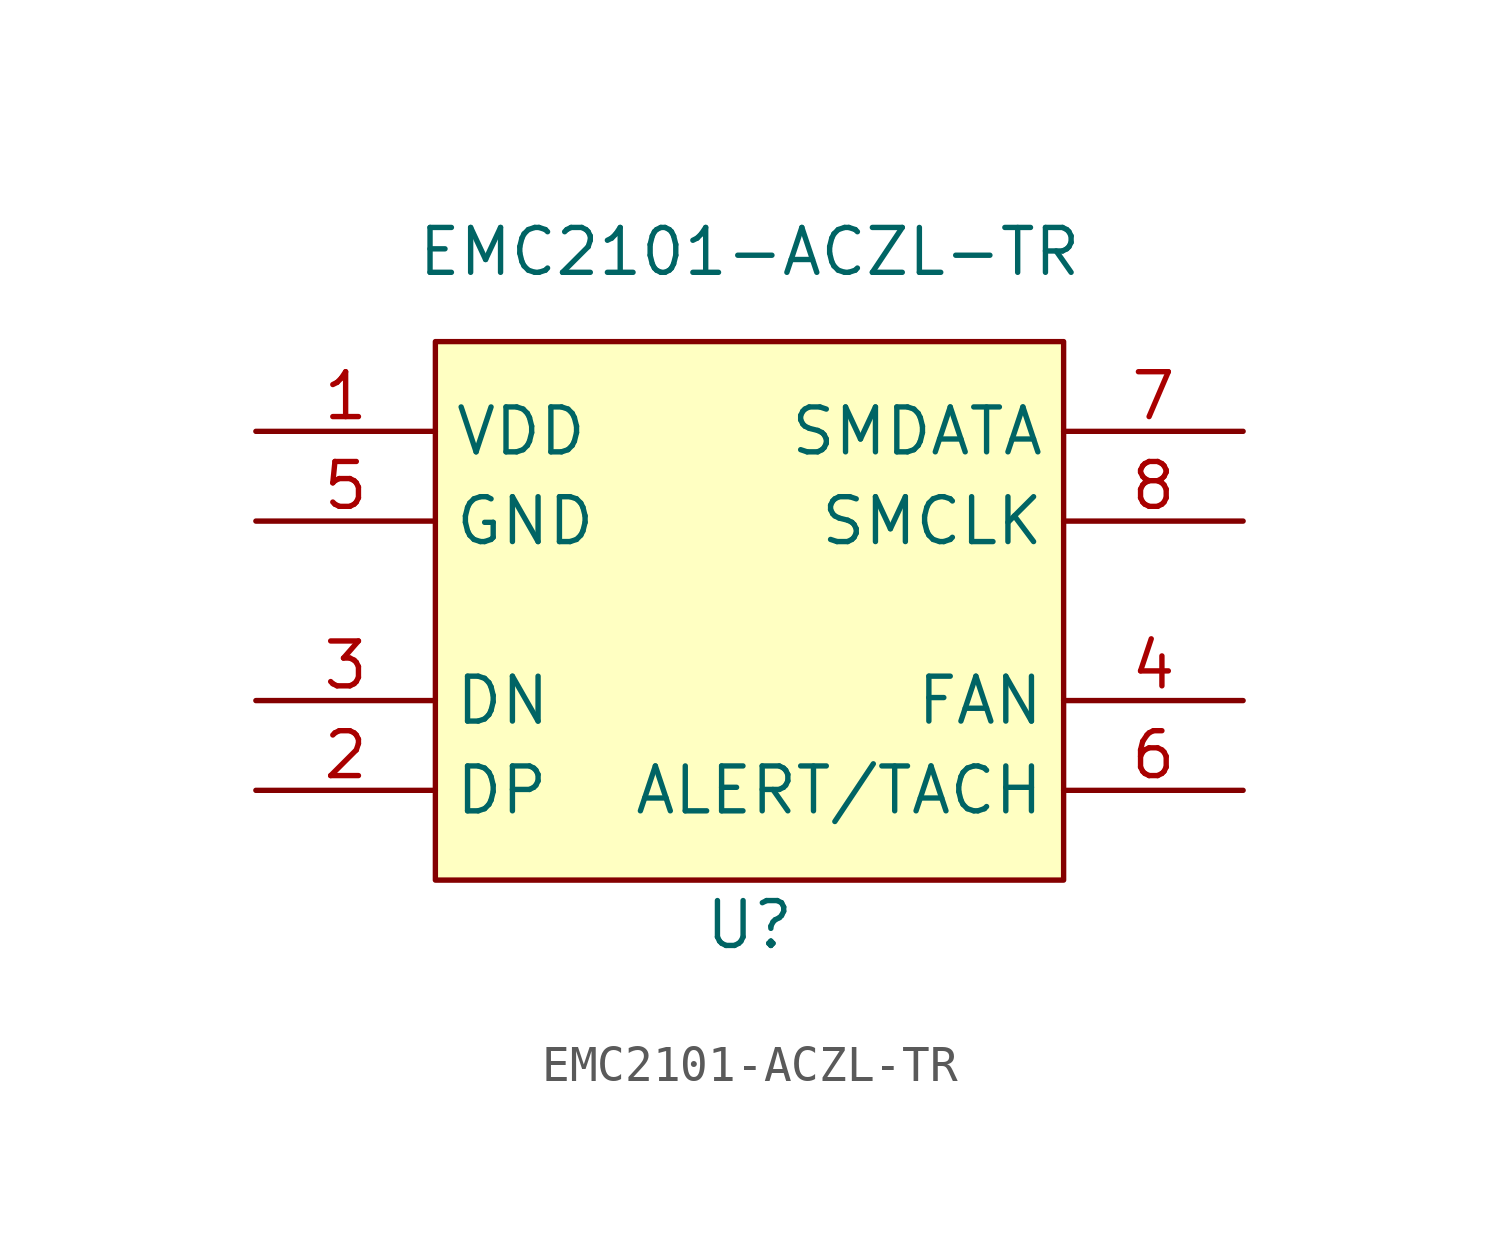
<source format=kicad_sym>
(kicad_symbol_lib
  (version 20201005)
  (generator kicad_symbol_editor)
  (symbol "fan_controllers:EMC2101-ACZL-TR"
    (property "Reference" "U"
      (at 0 -5.08 0)
      (effects (font (size 1.27 1.27))))
    (property "Value" "EMC2101-ACZL-TR"
      (at 0 13.97 0)
      (effects (font (size 1.27 1.27))))
    (symbol "EMC2101-ACZL-TR_0_1"
      (rectangle (start -8.89 11.43) (end 8.89 -3.81) (stroke (width 0.152)) (fill (type background))))
    (symbol "EMC2101-ACZL-TR_1_1"
      (pin input line (at -13.97 8.89 0) (length 5.08) (name "VDD" (effects (font (size 1.27 1.27)))) (number "1" (effects (font (size 1.27 1.27)))))
      (pin input line (at -13.97 -1.27 0) (length 5.08) (name "DP" (effects (font (size 1.27 1.27)))) (number "2" (effects (font (size 1.27 1.27)))))
      (pin input line (at -13.97 1.27 0) (length 5.08) (name "DN" (effects (font (size 1.27 1.27)))) (number "3" (effects (font (size 1.27 1.27)))))
      (pin input line (at 13.97 1.27 180) (length 5.08) (name "FAN" (effects (font (size 1.27 1.27)))) (number "4" (effects (font (size 1.27 1.27)))))
      (pin input line (at -13.97 6.35 0) (length 5.08) (name "GND" (effects (font (size 1.27 1.27)))) (number "5" (effects (font (size 1.27 1.27)))))
      (pin input line (at 13.97 -1.27 180) (length 5.08) (name "ALERT/TACH" (effects (font (size 1.27 1.27)))) (number "6" (effects (font (size 1.27 1.27)))))
      (pin input line (at 13.97 8.89 180) (length 5.08) (name "SMDATA" (effects (font (size 1.27 1.27)))) (number "7" (effects (font (size 1.27 1.27)))))
      (pin input line (at 13.97 6.35 180) (length 5.08) (name "SMCLK" (effects (font (size 1.27 1.27)))) (number "8" (effects (font (size 1.27 1.27))))))))
</source>
